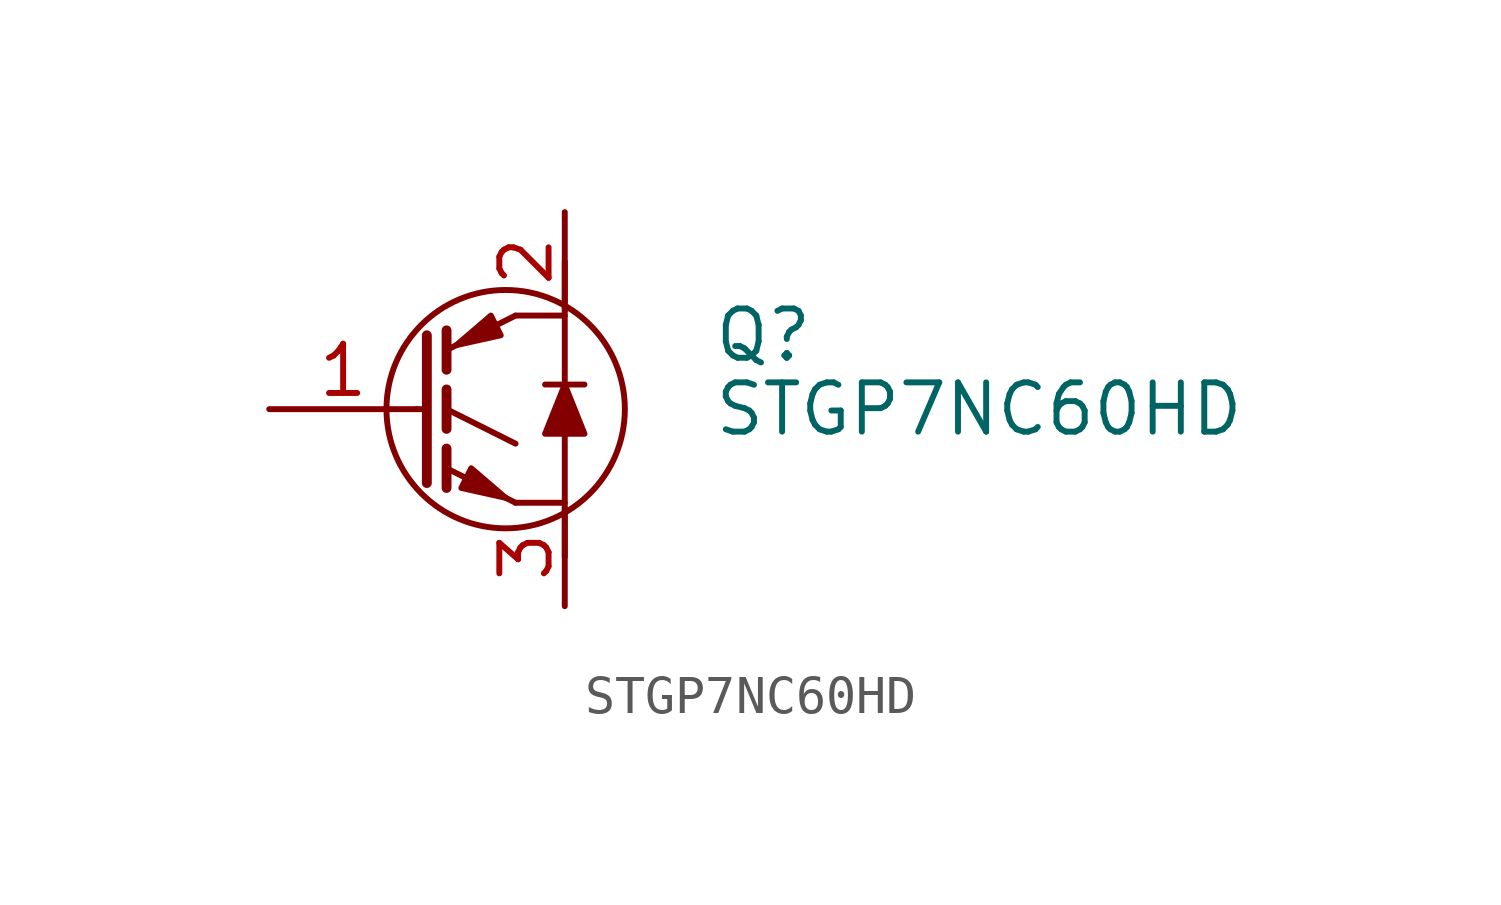
<source format=kicad_sym>
(kicad_symbol_lib
  (version 20201005)
  (generator kicad_symbol_editor)
  (symbol "Transistor_IGBT:STGP7NC60HD"
    (pin_names
      (offset 0) hide)
    (property "Reference" "Q"
      (at 6.35 1.905 0)
      (effects (font (size 1.27 1.27)) (justify left)))
    (property "Value" "STGP7NC60HD"
      (at 6.35 0 0)
      (effects (font (size 1.27 1.27)) (justify left)))
    (symbol "STGP7NC60HD_0_1"
      (circle (center 1.016 0) (radius 3.073) (stroke (width 0)) (fill (type none)))
      (polyline (pts (xy -1.27 0) (xy -1.016 0)) (stroke (width 0)) (fill (type none)))
      (polyline (pts (xy 1.27 -2.413) (xy 2.54 -2.413)) (stroke (width 0)) (fill (type none)))
      (polyline (pts (xy 1.27 2.413) (xy 2.54 2.413)) (stroke (width 0)) (fill (type none)))
      (polyline (pts (xy 2.032 0.635) (xy 3.048 0.635)) (stroke (width 0)) (fill (type none)))
      (polyline (pts (xy 2.54 3.81) (xy 2.54 -3.81)) (stroke (width 0)) (fill (type none)))
      (polyline (pts (xy 2.54 0.635) (xy 2.032 -0.635) (xy 3.048 -0.635) (xy 2.54 0.635)) (stroke (width 0)) (fill (type outline))))
    (symbol "STGP7NC60HD_1_1"
      (polyline (pts (xy -0.508 -1.016) (xy -0.508 -2.032)) (stroke (width 0.254)) (fill (type none)))
      (polyline (pts (xy -0.508 0.508) (xy -0.508 -0.508)) (stroke (width 0.254)) (fill (type none)))
      (polyline (pts (xy -0.508 2.032) (xy -0.508 1.016)) (stroke (width 0.254)) (fill (type none)))
      (polyline (pts (xy 1.27 -2.413) (xy -0.508 -1.524)) (stroke (width 0)) (fill (type none)))
      (polyline (pts (xy 1.27 -0.889) (xy -0.508 0)) (stroke (width 0)) (fill (type none)))
      (polyline (pts (xy 1.27 2.413) (xy -0.508 1.524)) (stroke (width 0)) (fill (type none)))
      (polyline (pts (xy -1.016 1.905) (xy -1.016 -1.905) (xy -1.016 -1.905)) (stroke (width 0.254)) (fill (type none)))
      (polyline (pts (xy -0.127 -2.032) (xy 0.127 -1.524) (xy 1.016 -2.286) (xy -0.127 -2.032)) (stroke (width 0)) (fill (type outline)))
      (polyline (pts (xy 0.889 1.905) (xy 0.635 2.413) (xy -0.254 1.651) (xy 0.889 1.905)) (stroke (width 0)) (fill (type outline)))
      (pin input line (at -5.08 0 0) (length 3.81) (name "G" (effects (font (size 1.27 1.27)))) (number "1" (effects (font (size 1.27 1.27)))))
      (pin passive line (at 2.54 5.08 270) (length 2.54) (name "C" (effects (font (size 1.27 1.27)))) (number "2" (effects (font (size 1.27 1.27)))))
      (pin passive line (at 2.54 -5.08 90) (length 2.54) (name "E" (effects (font (size 1.27 1.27)))) (number "3" (effects (font (size 1.27 1.27))))))))
</source>
